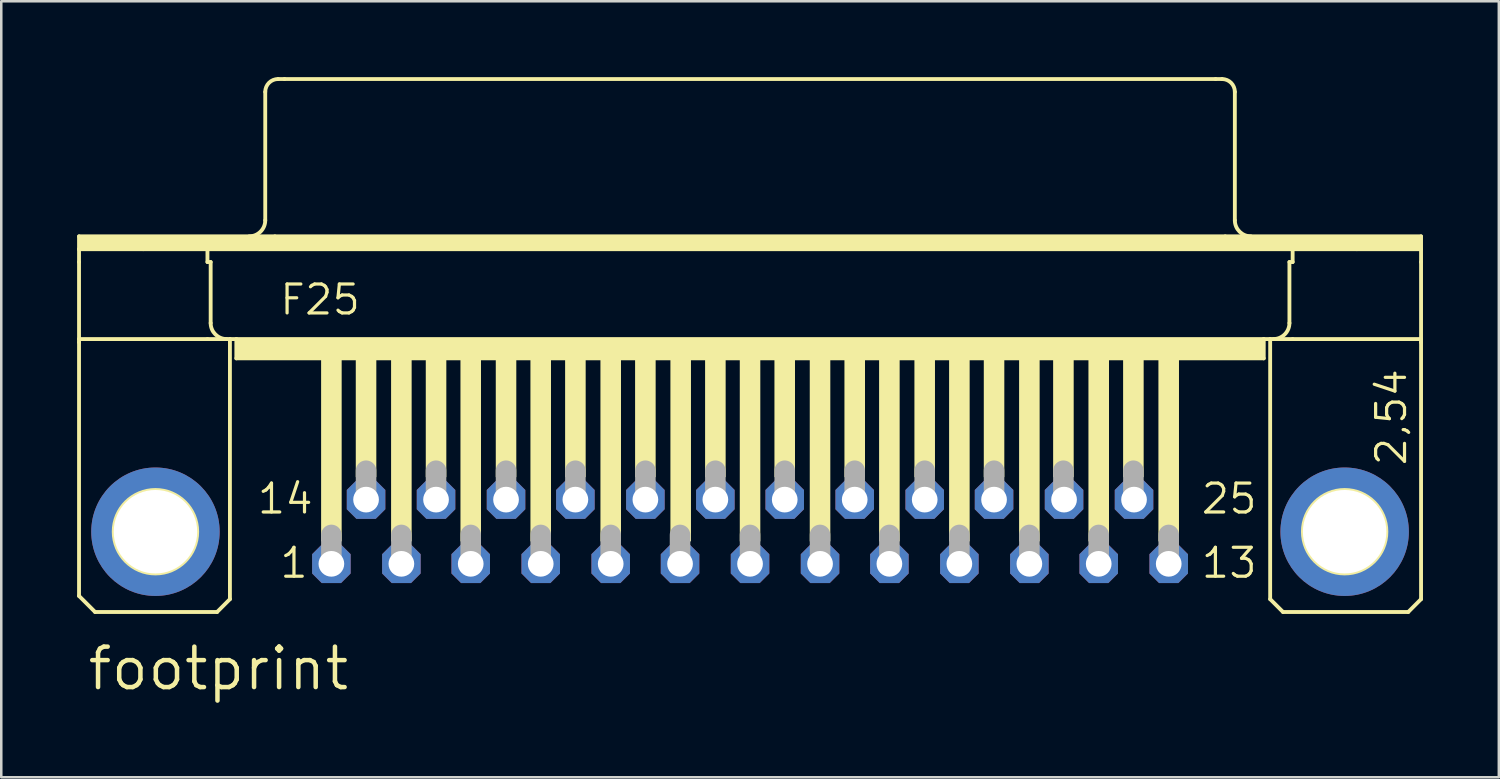
<source format=kicad_pcb>
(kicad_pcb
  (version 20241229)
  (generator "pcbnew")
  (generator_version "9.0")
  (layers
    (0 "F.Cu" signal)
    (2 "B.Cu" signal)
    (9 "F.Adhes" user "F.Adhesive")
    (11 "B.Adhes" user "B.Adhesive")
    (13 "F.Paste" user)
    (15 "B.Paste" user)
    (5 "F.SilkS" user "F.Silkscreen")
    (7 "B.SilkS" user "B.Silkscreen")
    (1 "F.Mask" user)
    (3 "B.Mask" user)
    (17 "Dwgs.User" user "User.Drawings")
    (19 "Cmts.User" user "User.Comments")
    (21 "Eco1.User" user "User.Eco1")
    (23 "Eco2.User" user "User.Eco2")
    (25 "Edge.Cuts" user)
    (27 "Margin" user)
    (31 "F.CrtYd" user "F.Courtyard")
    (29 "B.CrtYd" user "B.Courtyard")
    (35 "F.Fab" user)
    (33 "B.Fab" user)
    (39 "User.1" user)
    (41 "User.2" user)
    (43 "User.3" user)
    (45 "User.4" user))
  (footprint "footprint"
    (layer "F.Cu")
    (at 26.619 17.983)
    (property "Reference" "footprint" (at -26.289 6.35 0) (layer "F.SilkS") (effects (font (size 1.6 1.6) (thickness 0.178)) (justify left bottom)))
    (fp_line (start -26.543 -11.684) (end -18.796 -11.684) (stroke (width 0.152) (type solid)) (layer "F.SilkS"))
    (fp_line (start -26.543 -11.176) (end -26.543 -11.684) (stroke (width 0.152) (type solid)) (layer "F.SilkS"))
    (fp_line (start -26.543 -11.176) (end -24.003 -11.176) (stroke (width 0.152) (type solid)) (layer "F.SilkS"))
    (fp_line (start -26.543 -10.668) (end -26.543 -11.176) (stroke (width 0.152) (type solid)) (layer "F.SilkS"))
    (fp_line (start -26.543 -7.62) (end -26.543 -10.668) (stroke (width 0.152) (type solid)) (layer "F.SilkS"))
    (fp_line (start -26.543 -7.62) (end -26.543 -7.493) (stroke (width 0.152) (type solid)) (layer "F.SilkS"))
    (fp_line (start -26.543 -7.62) (end -21.463 -7.62) (stroke (width 0.152) (type solid)) (layer "F.SilkS"))
    (fp_line (start -26.543 2.54) (end -26.543 -7.493) (stroke (width 0.152) (type solid)) (layer "F.SilkS"))
    (fp_line (start -25.908 3.175) (end -26.543 2.54) (stroke (width 0.152) (type solid)) (layer "F.SilkS"))
    (fp_line (start -24.003 -11.176) (end -21.463 -11.176) (stroke (width 0.152) (type solid)) (layer "F.SilkS"))
    (fp_line (start -21.463 -11.176) (end 21.463 -11.176) (stroke (width 0.152) (type solid)) (layer "F.SilkS"))
    (fp_line (start -21.463 -10.668) (end -21.463 -11.176) (stroke (width 0.152) (type solid)) (layer "F.SilkS"))
    (fp_line (start -21.463 -10.668) (end -21.336 -10.668) (stroke (width 0.152) (type solid)) (layer "F.SilkS"))
    (fp_line (start -21.463 -7.62) (end -20.574 -7.62) (stroke (width 0.152) (type solid)) (layer "F.SilkS"))
    (fp_line (start -21.336 -8.255) (end -21.336 -10.668) (stroke (width 0.152) (type solid)) (layer "F.SilkS"))
    (fp_line (start -21.082 3.175) (end -25.908 3.175) (stroke (width 0.152) (type solid)) (layer "F.SilkS"))
    (fp_line (start -21.082 3.175) (end -20.574 2.667) (stroke (width 0.152) (type solid)) (layer "F.SilkS"))
    (fp_line (start -20.574 -7.62) (end -20.32 -7.62) (stroke (width 0.152) (type solid)) (layer "F.SilkS"))
    (fp_line (start -20.574 2.667) (end -20.574 -7.62) (stroke (width 0.152) (type solid)) (layer "F.SilkS"))
    (fp_line (start -20.32 -7.62) (end -20.32 -6.858) (stroke (width 0.152) (type solid)) (layer "F.SilkS"))
    (fp_line (start -20.32 -7.62) (end 20.32 -7.62) (stroke (width 0.152) (type solid)) (layer "F.SilkS"))
    (fp_line (start -20.32 -6.858) (end 20.32 -6.858) (stroke (width 0.152) (type solid)) (layer "F.SilkS"))
    (fp_line (start -19.177 -12.319) (end -19.177 -17.399) (stroke (width 0.152) (type solid)) (layer "F.SilkS"))
    (fp_line (start -18.796 -11.684) (end 18.796 -11.684) (stroke (width 0.152) (type solid)) (layer "F.SilkS"))
    (fp_line (start -18.669 -17.907) (end -18.415 -17.907) (stroke (width 0.152) (type solid)) (layer "F.SilkS"))
    (fp_line (start -18.415 -17.907) (end 18.415 -17.907) (stroke (width 0.152) (type solid)) (layer "F.SilkS"))
    (fp_line (start 18.415 -17.907) (end 18.669 -17.907) (stroke (width 0.152) (type solid)) (layer "F.SilkS"))
    (fp_line (start 18.796 -11.684) (end 26.543 -11.684) (stroke (width 0.152) (type solid)) (layer "F.SilkS"))
    (fp_line (start 19.177 -12.319) (end 19.177 -17.399) (stroke (width 0.152) (type solid)) (layer "F.SilkS"))
    (fp_line (start 20.32 -7.62) (end 20.32 -6.858) (stroke (width 0.152) (type solid)) (layer "F.SilkS"))
    (fp_line (start 20.32 -7.62) (end 20.574 -7.62) (stroke (width 0.152) (type solid)) (layer "F.SilkS"))
    (fp_line (start 20.574 -7.62) (end 21.463 -7.62) (stroke (width 0.152) (type solid)) (layer "F.SilkS"))
    (fp_line (start 20.574 2.667) (end 20.574 -7.62) (stroke (width 0.152) (type solid)) (layer "F.SilkS"))
    (fp_line (start 20.574 2.667) (end 21.082 3.175) (stroke (width 0.152) (type solid)) (layer "F.SilkS"))
    (fp_line (start 21.082 3.175) (end 26.035 3.175) (stroke (width 0.152) (type solid)) (layer "F.SilkS"))
    (fp_line (start 21.336 -10.668) (end 21.463 -10.668) (stroke (width 0.152) (type solid)) (layer "F.SilkS"))
    (fp_line (start 21.336 -8.255) (end 21.336 -10.668) (stroke (width 0.152) (type solid)) (layer "F.SilkS"))
    (fp_line (start 21.463 -11.176) (end 24.003 -11.176) (stroke (width 0.152) (type solid)) (layer "F.SilkS"))
    (fp_line (start 21.463 -10.668) (end 21.463 -11.176) (stroke (width 0.152) (type solid)) (layer "F.SilkS"))
    (fp_line (start 21.463 -7.62) (end 26.543 -7.62) (stroke (width 0.152) (type solid)) (layer "F.SilkS"))
    (fp_line (start 24.003 -11.176) (end 26.543 -11.176) (stroke (width 0.152) (type solid)) (layer "F.SilkS"))
    (fp_line (start 26.035 3.175) (end 26.543 2.667) (stroke (width 0.152) (type solid)) (layer "F.SilkS"))
    (fp_line (start 26.543 -11.684) (end 26.543 -11.176) (stroke (width 0.152) (type solid)) (layer "F.SilkS"))
    (fp_line (start 26.543 -11.176) (end 26.543 -10.668) (stroke (width 0.152) (type solid)) (layer "F.SilkS"))
    (fp_line (start 26.543 -10.668) (end 26.543 -7.62) (stroke (width 0.152) (type solid)) (layer "F.SilkS"))
    (fp_line (start 26.543 -7.62) (end 26.543 -7.493) (stroke (width 0.152) (type solid)) (layer "F.SilkS"))
    (fp_line (start 26.543 2.667) (end 26.543 -7.493) (stroke (width 0.152) (type solid)) (layer "F.SilkS"))
    (fp_arc (start -20.701 -7.62) (mid -21.150013 -7.805987) (end -21.336 -8.255) (stroke (width 0.1524) (type solid)) (layer "F.SilkS"))
    (fp_arc (start -19.177 -17.399) (mid -19.02821 -17.75821) (end -18.669 -17.907) (stroke (width 0.1524) (type solid)) (layer "F.SilkS"))
    (fp_arc (start -19.177 -12.319) (mid -19.362987 -11.869987) (end -19.812 -11.684) (stroke (width 0.1524) (type solid)) (layer "F.SilkS"))
    (fp_arc (start 18.669 -17.907) (mid 19.02821 -17.75821) (end 19.177 -17.399) (stroke (width 0.1524) (type solid)) (layer "F.SilkS"))
    (fp_arc (start 19.812 -11.684) (mid 19.362987 -11.869987) (end 19.177 -12.319) (stroke (width 0.1524) (type solid)) (layer "F.SilkS"))
    (fp_arc (start 21.336 -8.255) (mid 21.150013 -7.805987) (end 20.701 -7.62) (stroke (width 0.1524) (type solid)) (layer "F.SilkS"))
    (fp_circle (center -23.52 0) (end -21.869 0) (stroke (width 0.152) (type solid)) (fill no) (layer "F.SilkS"))
    (fp_circle (center 23.52 0) (end 25.171 0) (stroke (width 0.152) (type solid)) (fill no) (layer "F.SilkS"))
    (fp_poly (pts (xy -26.543 -11.176) (xy 26.543 -11.176) (xy 26.543 -11.684) (xy -26.543 -11.684)) (stroke (width 0) (type solid)) (fill yes) (layer "F.SilkS"))
    (fp_poly (pts (xy -20.32 -6.858) (xy 20.32 -6.858) (xy 20.32 -7.62) (xy -20.32 -7.62)) (stroke (width 0) (type solid)) (fill yes) (layer "F.SilkS"))
    (fp_poly (pts (xy -16.967 0.381) (xy -16.154 0.381) (xy -16.154 -6.858) (xy -16.967 -6.858)) (stroke (width 0) (type solid)) (fill yes) (layer "F.SilkS"))
    (fp_poly (pts (xy -15.596 -2.159) (xy -14.783 -2.159) (xy -14.783 -6.858) (xy -15.596 -6.858)) (stroke (width 0) (type solid)) (fill yes) (layer "F.SilkS"))
    (fp_poly (pts (xy -14.199 0.381) (xy -13.386 0.381) (xy -13.386 -6.858) (xy -14.199 -6.858)) (stroke (width 0) (type solid)) (fill yes) (layer "F.SilkS"))
    (fp_poly (pts (xy -12.827 -2.159) (xy -12.014 -2.159) (xy -12.014 -6.858) (xy -12.827 -6.858)) (stroke (width 0) (type solid)) (fill yes) (layer "F.SilkS"))
    (fp_poly (pts (xy -11.455 0.381) (xy -10.643 0.381) (xy -10.643 -6.858) (xy -11.455 -6.858)) (stroke (width 0) (type solid)) (fill yes) (layer "F.SilkS"))
    (fp_poly (pts (xy -10.058 -2.159) (xy -9.246 -2.159) (xy -9.246 -6.858) (xy -10.058 -6.858)) (stroke (width 0) (type solid)) (fill yes) (layer "F.SilkS"))
    (fp_poly (pts (xy -8.687 0.381) (xy -7.874 0.381) (xy -7.874 -6.858) (xy -8.687 -6.858)) (stroke (width 0) (type solid)) (fill yes) (layer "F.SilkS"))
    (fp_poly (pts (xy -7.315 -2.159) (xy -6.502 -2.159) (xy -6.502 -6.858) (xy -7.315 -6.858)) (stroke (width 0) (type solid)) (fill yes) (layer "F.SilkS"))
    (fp_poly (pts (xy -5.918 0.381) (xy -5.105 0.381) (xy -5.105 -6.858) (xy -5.918 -6.858)) (stroke (width 0) (type solid)) (fill yes) (layer "F.SilkS"))
    (fp_poly (pts (xy -4.547 -2.159) (xy -3.734 -2.159) (xy -3.734 -6.858) (xy -4.547 -6.858)) (stroke (width 0) (type solid)) (fill yes) (layer "F.SilkS"))
    (fp_poly (pts (xy -3.15 0.381) (xy -2.337 0.381) (xy -2.337 -6.858) (xy -3.15 -6.858)) (stroke (width 0) (type solid)) (fill yes) (layer "F.SilkS"))
    (fp_poly (pts (xy -1.778 -2.159) (xy -0.965 -2.159) (xy -0.965 -6.858) (xy -1.778 -6.858)) (stroke (width 0) (type solid)) (fill yes) (layer "F.SilkS"))
    (fp_poly (pts (xy -0.406 0.381) (xy 0.406 0.381) (xy 0.406 -6.858) (xy -0.406 -6.858)) (stroke (width 0) (type solid)) (fill yes) (layer "F.SilkS"))
    (fp_poly (pts (xy 0.965 -2.159) (xy 1.778 -2.159) (xy 1.778 -6.858) (xy 0.965 -6.858)) (stroke (width 0) (type solid)) (fill yes) (layer "F.SilkS"))
    (fp_poly (pts (xy 2.362 0.381) (xy 3.175 0.381) (xy 3.175 -6.858) (xy 2.362 -6.858)) (stroke (width 0) (type solid)) (fill yes) (layer "F.SilkS"))
    (fp_poly (pts (xy 3.734 -2.159) (xy 4.547 -2.159) (xy 4.547 -6.858) (xy 3.734 -6.858)) (stroke (width 0) (type solid)) (fill yes) (layer "F.SilkS"))
    (fp_poly (pts (xy 5.105 0.381) (xy 5.918 0.381) (xy 5.918 -6.858) (xy 5.105 -6.858)) (stroke (width 0) (type solid)) (fill yes) (layer "F.SilkS"))
    (fp_poly (pts (xy 6.502 -2.159) (xy 7.315 -2.159) (xy 7.315 -6.858) (xy 6.502 -6.858)) (stroke (width 0) (type solid)) (fill yes) (layer "F.SilkS"))
    (fp_poly (pts (xy 7.874 0.381) (xy 8.687 0.381) (xy 8.687 -6.858) (xy 7.874 -6.858)) (stroke (width 0) (type solid)) (fill yes) (layer "F.SilkS"))
    (fp_poly (pts (xy 9.246 -2.159) (xy 10.058 -2.159) (xy 10.058 -6.858) (xy 9.246 -6.858)) (stroke (width 0) (type solid)) (fill yes) (layer "F.SilkS"))
    (fp_poly (pts (xy 10.643 0.381) (xy 11.455 0.381) (xy 11.455 -6.858) (xy 10.643 -6.858)) (stroke (width 0) (type solid)) (fill yes) (layer "F.SilkS"))
    (fp_poly (pts (xy 11.989 -2.159) (xy 12.802 -2.159) (xy 12.802 -6.858) (xy 11.989 -6.858)) (stroke (width 0) (type solid)) (fill yes) (layer "F.SilkS"))
    (fp_poly (pts (xy 13.386 0.381) (xy 14.199 0.381) (xy 14.199 -6.858) (xy 13.386 -6.858)) (stroke (width 0) (type solid)) (fill yes) (layer "F.SilkS"))
    (fp_poly (pts (xy 14.757 -2.159) (xy 15.57 -2.159) (xy 15.57 -6.858) (xy 14.757 -6.858)) (stroke (width 0) (type solid)) (fill yes) (layer "F.SilkS"))
    (fp_poly (pts (xy 16.154 0.381) (xy 16.967 0.381) (xy 16.967 -6.858) (xy 16.154 -6.858)) (stroke (width 0) (type solid)) (fill yes) (layer "F.SilkS"))
    (fp_line (start -16.561 1.143) (end -16.561 0.127) (stroke (width 0.813) (type solid)) (layer "F.Fab"))
    (fp_line (start -15.189 -1.397) (end -15.189 -2.413) (stroke (width 0.813) (type solid)) (layer "F.Fab"))
    (fp_line (start -13.792 1.143) (end -13.792 0.127) (stroke (width 0.813) (type solid)) (layer "F.Fab"))
    (fp_line (start -12.421 -1.397) (end -12.421 -2.413) (stroke (width 0.813) (type solid)) (layer "F.Fab"))
    (fp_line (start -11.049 1.143) (end -11.049 0.127) (stroke (width 0.813) (type solid)) (layer "F.Fab"))
    (fp_line (start -9.652 -1.397) (end -9.652 -2.413) (stroke (width 0.813) (type solid)) (layer "F.Fab"))
    (fp_line (start -8.28 1.143) (end -8.28 0.127) (stroke (width 0.813) (type solid)) (layer "F.Fab"))
    (fp_line (start -6.909 -1.397) (end -6.909 -2.413) (stroke (width 0.813) (type solid)) (layer "F.Fab"))
    (fp_line (start -5.512 1.143) (end -5.512 0.127) (stroke (width 0.813) (type solid)) (layer "F.Fab"))
    (fp_line (start -4.14 -1.397) (end -4.14 -2.413) (stroke (width 0.813) (type solid)) (layer "F.Fab"))
    (fp_line (start -2.769 1.143) (end -2.769 0.127) (stroke (width 0.813) (type solid)) (layer "F.Fab"))
    (fp_line (start -1.372 -1.397) (end -1.372 -2.413) (stroke (width 0.813) (type solid)) (layer "F.Fab"))
    (fp_line (start 0 1.143) (end 0 0.127) (stroke (width 0.813) (type solid)) (layer "F.Fab"))
    (fp_line (start 1.372 -1.397) (end 1.372 -2.413) (stroke (width 0.813) (type solid)) (layer "F.Fab"))
    (fp_line (start 2.769 1.143) (end 2.769 0.127) (stroke (width 0.813) (type solid)) (layer "F.Fab"))
    (fp_line (start 4.14 -1.397) (end 4.14 -2.413) (stroke (width 0.813) (type solid)) (layer "F.Fab"))
    (fp_line (start 5.512 1.143) (end 5.512 0.127) (stroke (width 0.813) (type solid)) (layer "F.Fab"))
    (fp_line (start 6.909 -1.397) (end 6.909 -2.413) (stroke (width 0.813) (type solid)) (layer "F.Fab"))
    (fp_line (start 8.28 1.143) (end 8.28 0.127) (stroke (width 0.813) (type solid)) (layer "F.Fab"))
    (fp_line (start 9.652 -1.397) (end 9.652 -2.413) (stroke (width 0.813) (type solid)) (layer "F.Fab"))
    (fp_line (start 11.049 1.143) (end 11.049 0.127) (stroke (width 0.813) (type solid)) (layer "F.Fab"))
    (fp_line (start 12.395 -1.397) (end 12.395 -2.413) (stroke (width 0.813) (type solid)) (layer "F.Fab"))
    (fp_line (start 13.792 1.143) (end 13.792 0.127) (stroke (width 0.813) (type solid)) (layer "F.Fab"))
    (fp_line (start 15.164 -1.397) (end 15.164 -2.413) (stroke (width 0.813) (type solid)) (layer "F.Fab"))
    (fp_line (start 16.561 1.143) (end 16.561 0.127) (stroke (width 0.813) (type solid)) (layer "F.Fab"))
    (fp_text user "2,54" (at 26.035 -2.54 90) (layer "F.SilkS") (effects (font (size 1.143 1.143) (thickness 0.127)) (justify left bottom)))
    (fp_text user "14" (at -19.558 -0.635 0) (layer "F.SilkS") (effects (font (size 1.143 1.143) (thickness 0.127)) (justify left bottom)))
    (fp_text user "F25" (at -18.669 -8.509 0) (layer "F.SilkS") (effects (font (size 1.143 1.143) (thickness 0.127)) (justify left bottom)))
    (fp_text user "1" (at -18.669 1.905 0) (layer "F.SilkS") (effects (font (size 1.143 1.143) (thickness 0.127)) (justify left bottom)))
    (fp_text user "13" (at 17.78 1.905 0) (layer "F.SilkS") (effects (font (size 1.143 1.143) (thickness 0.127)) (justify left bottom)))
    (fp_text user "25" (at 17.78 -0.635 0) (layer "F.SilkS") (effects (font (size 1.143 1.143) (thickness 0.127)) (justify left bottom)))
    (pad "1" thru_hole roundrect (at -16.561 1.27) (size 1.524 1.524) (drill 1.016) (layers "*.Cu" "*.Mask") (roundrect_rratio 0.25) (chamfer_ratio 0.25) (chamfer top_left top_right bottom_left bottom_right))
    (pad "2" thru_hole roundrect (at -13.792 1.27) (size 1.524 1.524) (drill 1.016) (layers "*.Cu" "*.Mask") (roundrect_rratio 0.25) (chamfer_ratio 0.25) (chamfer top_left top_right bottom_left bottom_right))
    (pad "3" thru_hole roundrect (at -11.049 1.27) (size 1.524 1.524) (drill 1.016) (layers "*.Cu" "*.Mask") (roundrect_rratio 0.25) (chamfer_ratio 0.25) (chamfer top_left top_right bottom_left bottom_right))
    (pad "4" thru_hole roundrect (at -8.28 1.27) (size 1.524 1.524) (drill 1.016) (layers "*.Cu" "*.Mask") (roundrect_rratio 0.25) (chamfer_ratio 0.25) (chamfer top_left top_right bottom_left bottom_right))
    (pad "5" thru_hole roundrect (at -5.512 1.27) (size 1.524 1.524) (drill 1.016) (layers "*.Cu" "*.Mask") (roundrect_rratio 0.25) (chamfer_ratio 0.25) (chamfer top_left top_right bottom_left bottom_right))
    (pad "6" thru_hole roundrect (at -2.769 1.27) (size 1.524 1.524) (drill 1.016) (layers "*.Cu" "*.Mask") (roundrect_rratio 0.25) (chamfer_ratio 0.25) (chamfer top_left top_right bottom_left bottom_right))
    (pad "7" thru_hole roundrect (at 0 1.27) (size 1.524 1.524) (drill 1.016) (layers "*.Cu" "*.Mask") (roundrect_rratio 0.25) (chamfer_ratio 0.25) (chamfer top_left top_right bottom_left bottom_right))
    (pad "8" thru_hole roundrect (at 2.769 1.27) (size 1.524 1.524) (drill 1.016) (layers "*.Cu" "*.Mask") (roundrect_rratio 0.25) (chamfer_ratio 0.25) (chamfer top_left top_right bottom_left bottom_right))
    (pad "9" thru_hole roundrect (at 5.512 1.27) (size 1.524 1.524) (drill 1.016) (layers "*.Cu" "*.Mask") (roundrect_rratio 0.25) (chamfer_ratio 0.25) (chamfer top_left top_right bottom_left bottom_right))
    (pad "10" thru_hole roundrect (at 8.28 1.27) (size 1.524 1.524) (drill 1.016) (layers "*.Cu" "*.Mask") (roundrect_rratio 0.25) (chamfer_ratio 0.25) (chamfer top_left top_right bottom_left bottom_right))
    (pad "11" thru_hole roundrect (at 11.049 1.27) (size 1.524 1.524) (drill 1.016) (layers "*.Cu" "*.Mask") (roundrect_rratio 0.25) (chamfer_ratio 0.25) (chamfer top_left top_right bottom_left bottom_right))
    (pad "12" thru_hole roundrect (at 13.792 1.27) (size 1.524 1.524) (drill 1.016) (layers "*.Cu" "*.Mask") (roundrect_rratio 0.25) (chamfer_ratio 0.25) (chamfer top_left top_right bottom_left bottom_right))
    (pad "13" thru_hole roundrect (at 16.561 1.27) (size 1.524 1.524) (drill 1.016) (layers "*.Cu" "*.Mask") (roundrect_rratio 0.25) (chamfer_ratio 0.25) (chamfer top_left top_right bottom_left bottom_right))
    (pad "14" thru_hole roundrect (at -15.189 -1.27) (size 1.524 1.524) (drill 1.016) (layers "*.Cu" "*.Mask") (roundrect_rratio 0.25) (chamfer_ratio 0.25) (chamfer top_left top_right bottom_left bottom_right))
    (pad "15" thru_hole roundrect (at -12.421 -1.27) (size 1.524 1.524) (drill 1.016) (layers "*.Cu" "*.Mask") (roundrect_rratio 0.25) (chamfer_ratio 0.25) (chamfer top_left top_right bottom_left bottom_right))
    (pad "16" thru_hole roundrect (at -9.652 -1.27) (size 1.524 1.524) (drill 1.016) (layers "*.Cu" "*.Mask") (roundrect_rratio 0.25) (chamfer_ratio 0.25) (chamfer top_left top_right bottom_left bottom_right))
    (pad "17" thru_hole roundrect (at -6.909 -1.27) (size 1.524 1.524) (drill 1.016) (layers "*.Cu" "*.Mask") (roundrect_rratio 0.25) (chamfer_ratio 0.25) (chamfer top_left top_right bottom_left bottom_right))
    (pad "18" thru_hole roundrect (at -4.14 -1.27) (size 1.524 1.524) (drill 1.016) (layers "*.Cu" "*.Mask") (roundrect_rratio 0.25) (chamfer_ratio 0.25) (chamfer top_left top_right bottom_left bottom_right))
    (pad "19" thru_hole roundrect (at -1.372 -1.27) (size 1.524 1.524) (drill 1.016) (layers "*.Cu" "*.Mask") (roundrect_rratio 0.25) (chamfer_ratio 0.25) (chamfer top_left top_right bottom_left bottom_right))
    (pad "20" thru_hole roundrect (at 1.372 -1.27) (size 1.524 1.524) (drill 1.016) (layers "*.Cu" "*.Mask") (roundrect_rratio 0.25) (chamfer_ratio 0.25) (chamfer top_left top_right bottom_left bottom_right))
    (pad "21" thru_hole roundrect (at 4.14 -1.27) (size 1.524 1.524) (drill 1.016) (layers "*.Cu" "*.Mask") (roundrect_rratio 0.25) (chamfer_ratio 0.25) (chamfer top_left top_right bottom_left bottom_right))
    (pad "22" thru_hole roundrect (at 6.909 -1.27) (size 1.524 1.524) (drill 1.016) (layers "*.Cu" "*.Mask") (roundrect_rratio 0.25) (chamfer_ratio 0.25) (chamfer top_left top_right bottom_left bottom_right))
    (pad "23" thru_hole roundrect (at 9.652 -1.27) (size 1.524 1.524) (drill 1.016) (layers "*.Cu" "*.Mask") (roundrect_rratio 0.25) (chamfer_ratio 0.25) (chamfer top_left top_right bottom_left bottom_right))
    (pad "24" thru_hole roundrect (at 12.421 -1.27) (size 1.524 1.524) (drill 1.016) (layers "*.Cu" "*.Mask") (roundrect_rratio 0.25) (chamfer_ratio 0.25) (chamfer top_left top_right bottom_left bottom_right))
    (pad "25" thru_hole roundrect (at 15.189 -1.27) (size 1.524 1.524) (drill 1.016) (layers "*.Cu" "*.Mask") (roundrect_rratio 0.25) (chamfer_ratio 0.25) (chamfer top_left top_right bottom_left bottom_right))
    (pad "G1" thru_hole circle (at -23.52 0) (size 5.08 5.08) (drill 3.302) (layers "*.Cu" "*.Mask"))
    (pad "G2" thru_hole circle (at 23.52 0) (size 5.08 5.08) (drill 3.302) (layers "*.Cu" "*.Mask")))
  (gr_rect
    (start -3 -3)
    (end 56.238 27.696)
    (stroke (width 0.1) (type default))
    (fill no)
    (layer "Edge.Cuts")))
</source>
